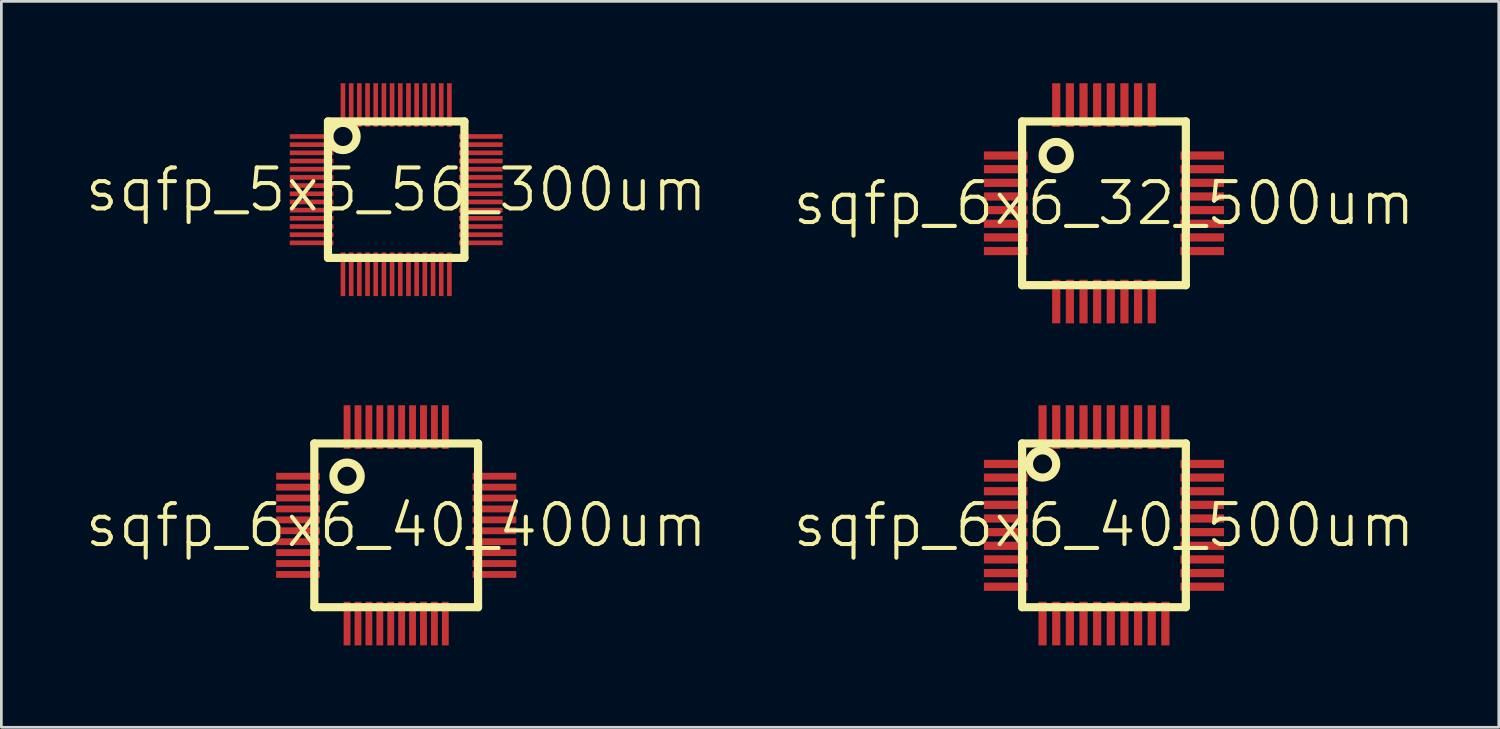
<source format=kicad_pcb>
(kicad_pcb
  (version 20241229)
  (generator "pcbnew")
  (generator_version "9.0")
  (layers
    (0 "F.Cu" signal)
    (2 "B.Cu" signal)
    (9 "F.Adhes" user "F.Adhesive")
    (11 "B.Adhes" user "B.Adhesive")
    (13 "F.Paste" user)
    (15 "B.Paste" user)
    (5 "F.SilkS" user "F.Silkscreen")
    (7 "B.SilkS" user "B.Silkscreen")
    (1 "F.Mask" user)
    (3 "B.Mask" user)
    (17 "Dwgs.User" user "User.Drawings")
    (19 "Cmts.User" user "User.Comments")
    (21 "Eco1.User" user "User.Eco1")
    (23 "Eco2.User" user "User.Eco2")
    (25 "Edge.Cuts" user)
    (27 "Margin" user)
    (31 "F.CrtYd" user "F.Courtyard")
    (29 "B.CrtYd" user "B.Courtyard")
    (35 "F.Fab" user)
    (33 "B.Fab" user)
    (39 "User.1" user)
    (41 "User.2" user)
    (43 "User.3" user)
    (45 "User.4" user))
  (footprint "sqfp_6x6_40_400um"
    (layer "F.Cu")
    (at 11.468 16.2)
    (property "Reference" "sqfp_6x6_40_400um" (at 0 0 0) (layer "F.SilkS") (effects (font (size 1.5 1.5) (thickness 0.15))))
    (attr through_hole)
    (fp_line (start -3 -3) (end 3 -3) (stroke (width 0.3) (type solid)) (layer "F.SilkS"))
    (fp_line (start -3 3) (end -3 -3) (stroke (width 0.3) (type solid)) (layer "F.SilkS"))
    (fp_line (start 3 -3) (end 3 3) (stroke (width 0.3) (type solid)) (layer "F.SilkS"))
    (fp_line (start 3 3) (end -3 3) (stroke (width 0.3) (type solid)) (layer "F.SilkS"))
    (fp_circle (center -1.8 -1.8) (end -1.3 -1.8) (stroke (width 0.3) (type solid)) (fill no) (layer "F.SilkS"))
    (pad "1" smd rect (at -3.6 -1.8 90) (size 0.25 1.6) (layers "F.Cu" "F.Mask" "F.Paste"))
    (pad "2" smd rect (at -3.6 -1.4 90) (size 0.25 1.6) (layers "F.Cu" "F.Mask" "F.Paste"))
    (pad "3" smd rect (at -3.6 -1 90) (size 0.25 1.6) (layers "F.Cu" "F.Mask" "F.Paste"))
    (pad "4" smd rect (at -3.6 -0.6 90) (size 0.25 1.6) (layers "F.Cu" "F.Mask" "F.Paste"))
    (pad "5" smd rect (at -3.6 -0.2 90) (size 0.25 1.6) (layers "F.Cu" "F.Mask" "F.Paste"))
    (pad "6" smd rect (at -3.6 0.2 90) (size 0.25 1.6) (layers "F.Cu" "F.Mask" "F.Paste"))
    (pad "7" smd rect (at -3.6 0.6 90) (size 0.25 1.6) (layers "F.Cu" "F.Mask" "F.Paste"))
    (pad "8" smd rect (at -3.6 1 90) (size 0.25 1.6) (layers "F.Cu" "F.Mask" "F.Paste"))
    (pad "9" smd rect (at -3.6 1.4 90) (size 0.25 1.6) (layers "F.Cu" "F.Mask" "F.Paste"))
    (pad "10" smd rect (at -3.6 1.8 90) (size 0.25 1.6) (layers "F.Cu" "F.Mask" "F.Paste"))
    (pad "11" smd rect (at -1.8 3.6) (size 0.25 1.6) (layers "F.Cu" "F.Mask" "F.Paste"))
    (pad "12" smd rect (at -1.4 3.6) (size 0.25 1.6) (layers "F.Cu" "F.Mask" "F.Paste"))
    (pad "13" smd rect (at -1 3.6) (size 0.25 1.6) (layers "F.Cu" "F.Mask" "F.Paste"))
    (pad "14" smd rect (at -0.6 3.6) (size 0.25 1.6) (layers "F.Cu" "F.Mask" "F.Paste"))
    (pad "15" smd rect (at -0.2 3.6) (size 0.25 1.6) (layers "F.Cu" "F.Mask" "F.Paste"))
    (pad "16" smd rect (at 0.2 3.6) (size 0.25 1.6) (layers "F.Cu" "F.Mask" "F.Paste"))
    (pad "17" smd rect (at 0.6 3.6) (size 0.25 1.6) (layers "F.Cu" "F.Mask" "F.Paste"))
    (pad "18" smd rect (at 1 3.6) (size 0.25 1.6) (layers "F.Cu" "F.Mask" "F.Paste"))
    (pad "19" smd rect (at 1.4 3.6) (size 0.25 1.6) (layers "F.Cu" "F.Mask" "F.Paste"))
    (pad "20" smd rect (at 1.8 3.6) (size 0.25 1.6) (layers "F.Cu" "F.Mask" "F.Paste"))
    (pad "21" smd rect (at 3.6 1.8 90) (size 0.25 1.6) (layers "F.Cu" "F.Mask" "F.Paste"))
    (pad "22" smd rect (at 3.6 1.4 90) (size 0.25 1.6) (layers "F.Cu" "F.Mask" "F.Paste"))
    (pad "23" smd rect (at 3.6 1 90) (size 0.25 1.6) (layers "F.Cu" "F.Mask" "F.Paste"))
    (pad "24" smd rect (at 3.6 0.6 90) (size 0.25 1.6) (layers "F.Cu" "F.Mask" "F.Paste"))
    (pad "25" smd rect (at 3.6 0.2 90) (size 0.25 1.6) (layers "F.Cu" "F.Mask" "F.Paste"))
    (pad "26" smd rect (at 3.6 -0.2 90) (size 0.25 1.6) (layers "F.Cu" "F.Mask" "F.Paste"))
    (pad "27" smd rect (at 3.6 -0.6 90) (size 0.25 1.6) (layers "F.Cu" "F.Mask" "F.Paste"))
    (pad "28" smd rect (at 3.6 -1 90) (size 0.25 1.6) (layers "F.Cu" "F.Mask" "F.Paste"))
    (pad "29" smd rect (at 3.6 -1.4 90) (size 0.25 1.6) (layers "F.Cu" "F.Mask" "F.Paste"))
    (pad "30" smd rect (at 3.6 -1.8 90) (size 0.25 1.6) (layers "F.Cu" "F.Mask" "F.Paste"))
    (pad "31" smd rect (at 1.8 -3.6) (size 0.25 1.6) (layers "F.Cu" "F.Mask" "F.Paste"))
    (pad "32" smd rect (at 1.4 -3.6) (size 0.25 1.6) (layers "F.Cu" "F.Mask" "F.Paste"))
    (pad "33" smd rect (at 1 -3.6) (size 0.25 1.6) (layers "F.Cu" "F.Mask" "F.Paste"))
    (pad "34" smd rect (at 0.6 -3.6) (size 0.25 1.6) (layers "F.Cu" "F.Mask" "F.Paste"))
    (pad "35" smd rect (at 0.2 -3.6) (size 0.25 1.6) (layers "F.Cu" "F.Mask" "F.Paste"))
    (pad "36" smd rect (at -0.2 -3.6) (size 0.25 1.6) (layers "F.Cu" "F.Mask" "F.Paste"))
    (pad "37" smd rect (at -0.6 -3.6) (size 0.25 1.6) (layers "F.Cu" "F.Mask" "F.Paste"))
    (pad "38" smd rect (at -1 -3.6) (size 0.25 1.6) (layers "F.Cu" "F.Mask" "F.Paste"))
    (pad "39" smd rect (at -1.4 -3.6) (size 0.25 1.6) (layers "F.Cu" "F.Mask" "F.Paste"))
    (pad "40" smd rect (at -1.8 -3.6) (size 0.25 1.6) (layers "F.Cu" "F.Mask" "F.Paste")))
  (footprint "sqfp_6x6_32_500um"
    (layer "F.Cu")
    (at 37.404 4.4)
    (property "Reference" "sqfp_6x6_32_500um" (at 0 0 0) (layer "F.SilkS") (effects (font (size 1.5 1.5) (thickness 0.15))))
    (attr through_hole)
    (fp_line (start -3 -3) (end 3 -3) (stroke (width 0.3) (type solid)) (layer "F.SilkS"))
    (fp_line (start -3 3) (end -3 -3) (stroke (width 0.3) (type solid)) (layer "F.SilkS"))
    (fp_line (start 3 -3) (end 3 3) (stroke (width 0.3) (type solid)) (layer "F.SilkS"))
    (fp_line (start 3 3) (end -3 3) (stroke (width 0.3) (type solid)) (layer "F.SilkS"))
    (fp_circle (center -1.75 -1.75) (end -1.25 -1.75) (stroke (width 0.3) (type solid)) (fill no) (layer "F.SilkS"))
    (pad "1" smd rect (at -3.6 -1.75 90) (size 0.3 1.6) (layers "F.Cu" "F.Mask" "F.Paste"))
    (pad "2" smd rect (at -3.6 -1.25 90) (size 0.3 1.6) (layers "F.Cu" "F.Mask" "F.Paste"))
    (pad "3" smd rect (at -3.6 -0.75 90) (size 0.3 1.6) (layers "F.Cu" "F.Mask" "F.Paste"))
    (pad "4" smd rect (at -3.6 -0.25 90) (size 0.3 1.6) (layers "F.Cu" "F.Mask" "F.Paste"))
    (pad "5" smd rect (at -3.6 0.25 90) (size 0.3 1.6) (layers "F.Cu" "F.Mask" "F.Paste"))
    (pad "6" smd rect (at -3.6 0.75 90) (size 0.3 1.6) (layers "F.Cu" "F.Mask" "F.Paste"))
    (pad "7" smd rect (at -3.6 1.25 90) (size 0.3 1.6) (layers "F.Cu" "F.Mask" "F.Paste"))
    (pad "8" smd rect (at -3.6 1.75 90) (size 0.3 1.6) (layers "F.Cu" "F.Mask" "F.Paste"))
    (pad "9" smd rect (at -1.75 3.6) (size 0.3 1.6) (layers "F.Cu" "F.Mask" "F.Paste"))
    (pad "10" smd rect (at -1.25 3.6) (size 0.3 1.6) (layers "F.Cu" "F.Mask" "F.Paste"))
    (pad "11" smd rect (at -0.75 3.6) (size 0.3 1.6) (layers "F.Cu" "F.Mask" "F.Paste"))
    (pad "12" smd rect (at -0.25 3.6) (size 0.3 1.6) (layers "F.Cu" "F.Mask" "F.Paste"))
    (pad "13" smd rect (at 0.25 3.6) (size 0.3 1.6) (layers "F.Cu" "F.Mask" "F.Paste"))
    (pad "14" smd rect (at 0.75 3.6) (size 0.3 1.6) (layers "F.Cu" "F.Mask" "F.Paste"))
    (pad "15" smd rect (at 1.25 3.6) (size 0.3 1.6) (layers "F.Cu" "F.Mask" "F.Paste"))
    (pad "16" smd rect (at 1.75 3.6) (size 0.3 1.6) (layers "F.Cu" "F.Mask" "F.Paste"))
    (pad "17" smd rect (at 3.6 1.75 90) (size 0.3 1.6) (layers "F.Cu" "F.Mask" "F.Paste"))
    (pad "18" smd rect (at 3.6 1.25 90) (size 0.3 1.6) (layers "F.Cu" "F.Mask" "F.Paste"))
    (pad "19" smd rect (at 3.6 0.75 90) (size 0.3 1.6) (layers "F.Cu" "F.Mask" "F.Paste"))
    (pad "20" smd rect (at 3.6 0.25 90) (size 0.3 1.6) (layers "F.Cu" "F.Mask" "F.Paste"))
    (pad "21" smd rect (at 3.6 -0.25 90) (size 0.3 1.6) (layers "F.Cu" "F.Mask" "F.Paste"))
    (pad "22" smd rect (at 3.6 -0.75 90) (size 0.3 1.6) (layers "F.Cu" "F.Mask" "F.Paste"))
    (pad "23" smd rect (at 3.6 -1.25 90) (size 0.3 1.6) (layers "F.Cu" "F.Mask" "F.Paste"))
    (pad "24" smd rect (at 3.6 -1.75 90) (size 0.3 1.6) (layers "F.Cu" "F.Mask" "F.Paste"))
    (pad "25" smd rect (at 1.75 -3.6) (size 0.3 1.6) (layers "F.Cu" "F.Mask" "F.Paste"))
    (pad "26" smd rect (at 1.25 -3.6) (size 0.3 1.6) (layers "F.Cu" "F.Mask" "F.Paste"))
    (pad "27" smd rect (at 0.75 -3.6) (size 0.3 1.6) (layers "F.Cu" "F.Mask" "F.Paste"))
    (pad "28" smd rect (at 0.25 -3.6) (size 0.3 1.6) (layers "F.Cu" "F.Mask" "F.Paste"))
    (pad "29" smd rect (at -0.25 -3.6) (size 0.3 1.6) (layers "F.Cu" "F.Mask" "F.Paste"))
    (pad "30" smd rect (at -0.75 -3.6) (size 0.3 1.6) (layers "F.Cu" "F.Mask" "F.Paste"))
    (pad "31" smd rect (at -1.25 -3.6) (size 0.3 1.6) (layers "F.Cu" "F.Mask" "F.Paste"))
    (pad "32" smd rect (at -1.75 -3.6) (size 0.3 1.6) (layers "F.Cu" "F.Mask" "F.Paste")))
  (footprint "sqfp_5x5_56_300um"
    (layer "F.Cu")
    (at 11.468 3.9)
    (property "Reference" "sqfp_5x5_56_300um" (at 0 0 0) (layer "F.SilkS") (effects (font (size 1.5 1.5) (thickness 0.15))))
    (attr through_hole)
    (fp_line (start -2.5 -2.5) (end 2.5 -2.5) (stroke (width 0.3) (type solid)) (layer "F.SilkS"))
    (fp_line (start -2.5 2.5) (end -2.5 -2.5) (stroke (width 0.3) (type solid)) (layer "F.SilkS"))
    (fp_line (start 2.5 -2.5) (end 2.5 2.5) (stroke (width 0.3) (type solid)) (layer "F.SilkS"))
    (fp_line (start 2.5 2.5) (end -2.5 2.5) (stroke (width 0.3) (type solid)) (layer "F.SilkS"))
    (fp_circle (center -1.95 -1.95) (end -1.45 -1.95) (stroke (width 0.3) (type solid)) (fill no) (layer "F.SilkS"))
    (pad "1" smd rect (at -3.1 -1.95 90) (size 0.17 1.6) (layers "F.Cu" "F.Mask" "F.Paste"))
    (pad "2" smd rect (at -3.1 -1.65 90) (size 0.17 1.6) (layers "F.Cu" "F.Mask" "F.Paste"))
    (pad "3" smd rect (at -3.1 -1.35 90) (size 0.17 1.6) (layers "F.Cu" "F.Mask" "F.Paste"))
    (pad "4" smd rect (at -3.1 -1.05 90) (size 0.17 1.6) (layers "F.Cu" "F.Mask" "F.Paste"))
    (pad "5" smd rect (at -3.1 -0.75 90) (size 0.17 1.6) (layers "F.Cu" "F.Mask" "F.Paste"))
    (pad "6" smd rect (at -3.1 -0.45 90) (size 0.17 1.6) (layers "F.Cu" "F.Mask" "F.Paste"))
    (pad "7" smd rect (at -3.1 -0.15 90) (size 0.17 1.6) (layers "F.Cu" "F.Mask" "F.Paste"))
    (pad "8" smd rect (at -3.1 0.15 90) (size 0.17 1.6) (layers "F.Cu" "F.Mask" "F.Paste"))
    (pad "9" smd rect (at -3.1 0.45 90) (size 0.17 1.6) (layers "F.Cu" "F.Mask" "F.Paste"))
    (pad "10" smd rect (at -3.1 0.75 90) (size 0.17 1.6) (layers "F.Cu" "F.Mask" "F.Paste"))
    (pad "11" smd rect (at -3.1 1.05 90) (size 0.17 1.6) (layers "F.Cu" "F.Mask" "F.Paste"))
    (pad "12" smd rect (at -3.1 1.35 90) (size 0.17 1.6) (layers "F.Cu" "F.Mask" "F.Paste"))
    (pad "13" smd rect (at -3.1 1.65 90) (size 0.17 1.6) (layers "F.Cu" "F.Mask" "F.Paste"))
    (pad "14" smd rect (at -3.1 1.95 90) (size 0.17 1.6) (layers "F.Cu" "F.Mask" "F.Paste"))
    (pad "15" smd rect (at -1.95 3.1) (size 0.17 1.6) (layers "F.Cu" "F.Mask" "F.Paste"))
    (pad "16" smd rect (at -1.65 3.1) (size 0.17 1.6) (layers "F.Cu" "F.Mask" "F.Paste"))
    (pad "17" smd rect (at -1.35 3.1) (size 0.17 1.6) (layers "F.Cu" "F.Mask" "F.Paste"))
    (pad "18" smd rect (at -1.05 3.1) (size 0.17 1.6) (layers "F.Cu" "F.Mask" "F.Paste"))
    (pad "19" smd rect (at -0.75 3.1) (size 0.17 1.6) (layers "F.Cu" "F.Mask" "F.Paste"))
    (pad "20" smd rect (at -0.45 3.1) (size 0.17 1.6) (layers "F.Cu" "F.Mask" "F.Paste"))
    (pad "21" smd rect (at -0.15 3.1) (size 0.17 1.6) (layers "F.Cu" "F.Mask" "F.Paste"))
    (pad "22" smd rect (at 0.15 3.1) (size 0.17 1.6) (layers "F.Cu" "F.Mask" "F.Paste"))
    (pad "23" smd rect (at 0.45 3.1) (size 0.17 1.6) (layers "F.Cu" "F.Mask" "F.Paste"))
    (pad "24" smd rect (at 0.75 3.1) (size 0.17 1.6) (layers "F.Cu" "F.Mask" "F.Paste"))
    (pad "25" smd rect (at 1.05 3.1) (size 0.17 1.6) (layers "F.Cu" "F.Mask" "F.Paste"))
    (pad "26" smd rect (at 1.35 3.1) (size 0.17 1.6) (layers "F.Cu" "F.Mask" "F.Paste"))
    (pad "27" smd rect (at 1.65 3.1) (size 0.17 1.6) (layers "F.Cu" "F.Mask" "F.Paste"))
    (pad "28" smd rect (at 1.95 3.1) (size 0.17 1.6) (layers "F.Cu" "F.Mask" "F.Paste"))
    (pad "29" smd rect (at 3.1 1.95 90) (size 0.17 1.6) (layers "F.Cu" "F.Mask" "F.Paste"))
    (pad "30" smd rect (at 3.1 1.65 90) (size 0.17 1.6) (layers "F.Cu" "F.Mask" "F.Paste"))
    (pad "31" smd rect (at 3.1 1.35 90) (size 0.17 1.6) (layers "F.Cu" "F.Mask" "F.Paste"))
    (pad "32" smd rect (at 3.1 1.05 90) (size 0.17 1.6) (layers "F.Cu" "F.Mask" "F.Paste"))
    (pad "33" smd rect (at 3.1 0.75 90) (size 0.17 1.6) (layers "F.Cu" "F.Mask" "F.Paste"))
    (pad "34" smd rect (at 3.1 0.45 90) (size 0.17 1.6) (layers "F.Cu" "F.Mask" "F.Paste"))
    (pad "35" smd rect (at 3.1 0.15 90) (size 0.17 1.6) (layers "F.Cu" "F.Mask" "F.Paste"))
    (pad "36" smd rect (at 3.1 -0.15 90) (size 0.17 1.6) (layers "F.Cu" "F.Mask" "F.Paste"))
    (pad "37" smd rect (at 3.1 -0.45 90) (size 0.17 1.6) (layers "F.Cu" "F.Mask" "F.Paste"))
    (pad "38" smd rect (at 3.1 -0.75 90) (size 0.17 1.6) (layers "F.Cu" "F.Mask" "F.Paste"))
    (pad "39" smd rect (at 3.1 -1.05 90) (size 0.17 1.6) (layers "F.Cu" "F.Mask" "F.Paste"))
    (pad "40" smd rect (at 3.1 -1.35 90) (size 0.17 1.6) (layers "F.Cu" "F.Mask" "F.Paste"))
    (pad "41" smd rect (at 3.1 -1.65 90) (size 0.17 1.6) (layers "F.Cu" "F.Mask" "F.Paste"))
    (pad "42" smd rect (at 3.1 -1.95 90) (size 0.17 1.6) (layers "F.Cu" "F.Mask" "F.Paste"))
    (pad "43" smd rect (at 1.95 -3.1) (size 0.17 1.6) (layers "F.Cu" "F.Mask" "F.Paste"))
    (pad "44" smd rect (at 1.65 -3.1) (size 0.17 1.6) (layers "F.Cu" "F.Mask" "F.Paste"))
    (pad "45" smd rect (at 1.35 -3.1) (size 0.17 1.6) (layers "F.Cu" "F.Mask" "F.Paste"))
    (pad "46" smd rect (at 1.05 -3.1) (size 0.17 1.6) (layers "F.Cu" "F.Mask" "F.Paste"))
    (pad "47" smd rect (at 0.75 -3.1) (size 0.17 1.6) (layers "F.Cu" "F.Mask" "F.Paste"))
    (pad "48" smd rect (at 0.45 -3.1) (size 0.17 1.6) (layers "F.Cu" "F.Mask" "F.Paste"))
    (pad "49" smd rect (at 0.15 -3.1) (size 0.17 1.6) (layers "F.Cu" "F.Mask" "F.Paste"))
    (pad "50" smd rect (at -0.15 -3.1) (size 0.17 1.6) (layers "F.Cu" "F.Mask" "F.Paste"))
    (pad "51" smd rect (at -0.45 -3.1) (size 0.17 1.6) (layers "F.Cu" "F.Mask" "F.Paste"))
    (pad "52" smd rect (at -0.75 -3.1) (size 0.17 1.6) (layers "F.Cu" "F.Mask" "F.Paste"))
    (pad "53" smd rect (at -1.05 -3.1) (size 0.17 1.6) (layers "F.Cu" "F.Mask" "F.Paste"))
    (pad "54" smd rect (at -1.35 -3.1) (size 0.17 1.6) (layers "F.Cu" "F.Mask" "F.Paste"))
    (pad "55" smd rect (at -1.65 -3.1) (size 0.17 1.6) (layers "F.Cu" "F.Mask" "F.Paste"))
    (pad "56" smd rect (at -1.95 -3.1) (size 0.17 1.6) (layers "F.Cu" "F.Mask" "F.Paste")))
  (footprint "sqfp_6x6_40_500um"
    (layer "F.Cu")
    (at 37.404 16.2)
    (property "Reference" "sqfp_6x6_40_500um" (at 0 0 0) (layer "F.SilkS") (effects (font (size 1.5 1.5) (thickness 0.15))))
    (attr through_hole)
    (fp_line (start -3 -3) (end 3 -3) (stroke (width 0.3) (type solid)) (layer "F.SilkS"))
    (fp_line (start -3 3) (end -3 -3) (stroke (width 0.3) (type solid)) (layer "F.SilkS"))
    (fp_line (start 3 -3) (end 3 3) (stroke (width 0.3) (type solid)) (layer "F.SilkS"))
    (fp_line (start 3 3) (end -3 3) (stroke (width 0.3) (type solid)) (layer "F.SilkS"))
    (fp_circle (center -2.25 -2.25) (end -1.75 -2.25) (stroke (width 0.3) (type solid)) (fill no) (layer "F.SilkS"))
    (pad "1" smd rect (at -3.6 -2.25 90) (size 0.3 1.6) (layers "F.Cu" "F.Mask" "F.Paste"))
    (pad "2" smd rect (at -3.6 -1.75 90) (size 0.3 1.6) (layers "F.Cu" "F.Mask" "F.Paste"))
    (pad "3" smd rect (at -3.6 -1.25 90) (size 0.3 1.6) (layers "F.Cu" "F.Mask" "F.Paste"))
    (pad "4" smd rect (at -3.6 -0.75 90) (size 0.3 1.6) (layers "F.Cu" "F.Mask" "F.Paste"))
    (pad "5" smd rect (at -3.6 -0.25 90) (size 0.3 1.6) (layers "F.Cu" "F.Mask" "F.Paste"))
    (pad "6" smd rect (at -3.6 0.25 90) (size 0.3 1.6) (layers "F.Cu" "F.Mask" "F.Paste"))
    (pad "7" smd rect (at -3.6 0.75 90) (size 0.3 1.6) (layers "F.Cu" "F.Mask" "F.Paste"))
    (pad "8" smd rect (at -3.6 1.25 90) (size 0.3 1.6) (layers "F.Cu" "F.Mask" "F.Paste"))
    (pad "9" smd rect (at -3.6 1.75 90) (size 0.3 1.6) (layers "F.Cu" "F.Mask" "F.Paste"))
    (pad "10" smd rect (at -3.6 2.25 90) (size 0.3 1.6) (layers "F.Cu" "F.Mask" "F.Paste"))
    (pad "11" smd rect (at -2.25 3.6) (size 0.3 1.6) (layers "F.Cu" "F.Mask" "F.Paste"))
    (pad "12" smd rect (at -1.75 3.6) (size 0.3 1.6) (layers "F.Cu" "F.Mask" "F.Paste"))
    (pad "13" smd rect (at -1.25 3.6) (size 0.3 1.6) (layers "F.Cu" "F.Mask" "F.Paste"))
    (pad "14" smd rect (at -0.75 3.6) (size 0.3 1.6) (layers "F.Cu" "F.Mask" "F.Paste"))
    (pad "15" smd rect (at -0.25 3.6) (size 0.3 1.6) (layers "F.Cu" "F.Mask" "F.Paste"))
    (pad "16" smd rect (at 0.25 3.6) (size 0.3 1.6) (layers "F.Cu" "F.Mask" "F.Paste"))
    (pad "17" smd rect (at 0.75 3.6) (size 0.3 1.6) (layers "F.Cu" "F.Mask" "F.Paste"))
    (pad "18" smd rect (at 1.25 3.6) (size 0.3 1.6) (layers "F.Cu" "F.Mask" "F.Paste"))
    (pad "19" smd rect (at 1.75 3.6) (size 0.3 1.6) (layers "F.Cu" "F.Mask" "F.Paste"))
    (pad "20" smd rect (at 2.25 3.6) (size 0.3 1.6) (layers "F.Cu" "F.Mask" "F.Paste"))
    (pad "21" smd rect (at 3.6 2.25 90) (size 0.3 1.6) (layers "F.Cu" "F.Mask" "F.Paste"))
    (pad "22" smd rect (at 3.6 1.75 90) (size 0.3 1.6) (layers "F.Cu" "F.Mask" "F.Paste"))
    (pad "23" smd rect (at 3.6 1.25 90) (size 0.3 1.6) (layers "F.Cu" "F.Mask" "F.Paste"))
    (pad "24" smd rect (at 3.6 0.75 90) (size 0.3 1.6) (layers "F.Cu" "F.Mask" "F.Paste"))
    (pad "25" smd rect (at 3.6 0.25 90) (size 0.3 1.6) (layers "F.Cu" "F.Mask" "F.Paste"))
    (pad "26" smd rect (at 3.6 -0.25 90) (size 0.3 1.6) (layers "F.Cu" "F.Mask" "F.Paste"))
    (pad "27" smd rect (at 3.6 -0.75 90) (size 0.3 1.6) (layers "F.Cu" "F.Mask" "F.Paste"))
    (pad "28" smd rect (at 3.6 -1.25 90) (size 0.3 1.6) (layers "F.Cu" "F.Mask" "F.Paste"))
    (pad "29" smd rect (at 3.6 -1.75 90) (size 0.3 1.6) (layers "F.Cu" "F.Mask" "F.Paste"))
    (pad "30" smd rect (at 3.6 -2.25 90) (size 0.3 1.6) (layers "F.Cu" "F.Mask" "F.Paste"))
    (pad "31" smd rect (at 2.25 -3.6) (size 0.3 1.6) (layers "F.Cu" "F.Mask" "F.Paste"))
    (pad "32" smd rect (at 1.75 -3.6) (size 0.3 1.6) (layers "F.Cu" "F.Mask" "F.Paste"))
    (pad "33" smd rect (at 1.25 -3.6) (size 0.3 1.6) (layers "F.Cu" "F.Mask" "F.Paste"))
    (pad "34" smd rect (at 0.75 -3.6) (size 0.3 1.6) (layers "F.Cu" "F.Mask" "F.Paste"))
    (pad "35" smd rect (at 0.25 -3.6) (size 0.3 1.6) (layers "F.Cu" "F.Mask" "F.Paste"))
    (pad "36" smd rect (at -0.25 -3.6) (size 0.3 1.6) (layers "F.Cu" "F.Mask" "F.Paste"))
    (pad "37" smd rect (at -0.75 -3.6) (size 0.3 1.6) (layers "F.Cu" "F.Mask" "F.Paste"))
    (pad "38" smd rect (at -1.25 -3.6) (size 0.3 1.6) (layers "F.Cu" "F.Mask" "F.Paste"))
    (pad "39" smd rect (at -1.75 -3.6) (size 0.3 1.6) (layers "F.Cu" "F.Mask" "F.Paste"))
    (pad "40" smd rect (at -2.25 -3.6) (size 0.3 1.6) (layers "F.Cu" "F.Mask" "F.Paste")))
  (gr_rect
    (start -3 -3)
    (end 51.871 23.6)
    (stroke (width 0.1) (type default))
    (fill no)
    (layer "Edge.Cuts")))
</source>
